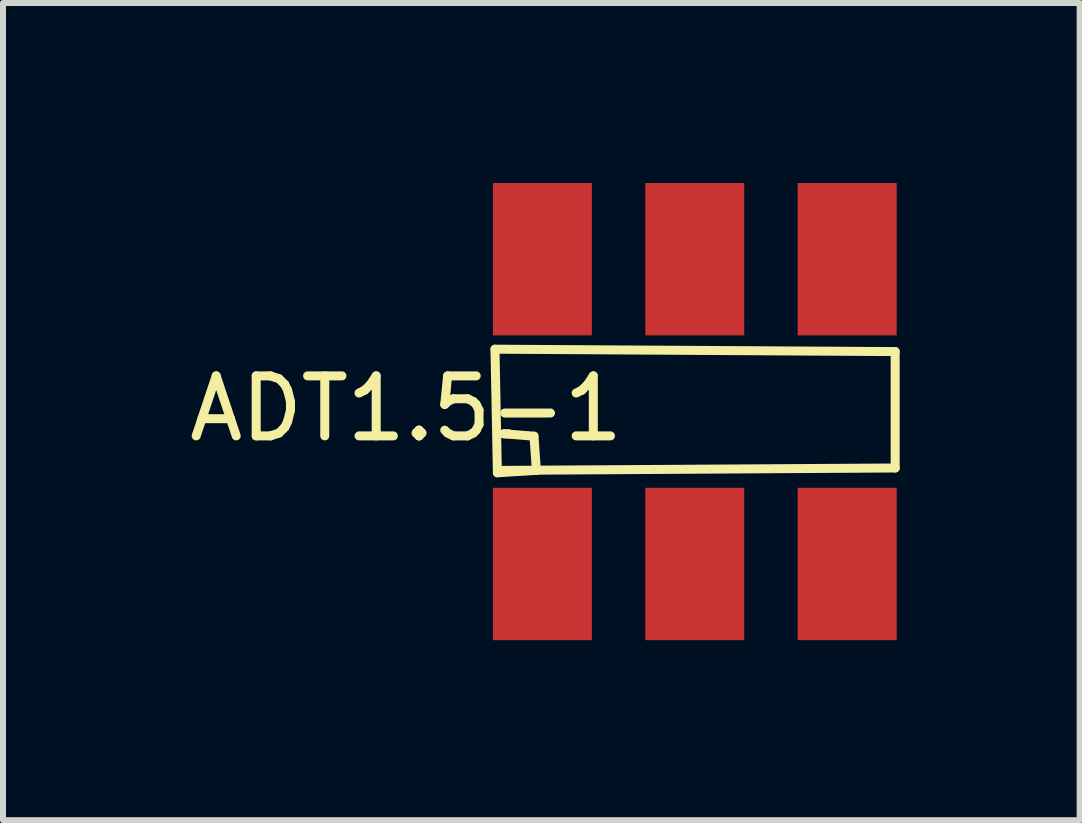
<source format=kicad_pcb>
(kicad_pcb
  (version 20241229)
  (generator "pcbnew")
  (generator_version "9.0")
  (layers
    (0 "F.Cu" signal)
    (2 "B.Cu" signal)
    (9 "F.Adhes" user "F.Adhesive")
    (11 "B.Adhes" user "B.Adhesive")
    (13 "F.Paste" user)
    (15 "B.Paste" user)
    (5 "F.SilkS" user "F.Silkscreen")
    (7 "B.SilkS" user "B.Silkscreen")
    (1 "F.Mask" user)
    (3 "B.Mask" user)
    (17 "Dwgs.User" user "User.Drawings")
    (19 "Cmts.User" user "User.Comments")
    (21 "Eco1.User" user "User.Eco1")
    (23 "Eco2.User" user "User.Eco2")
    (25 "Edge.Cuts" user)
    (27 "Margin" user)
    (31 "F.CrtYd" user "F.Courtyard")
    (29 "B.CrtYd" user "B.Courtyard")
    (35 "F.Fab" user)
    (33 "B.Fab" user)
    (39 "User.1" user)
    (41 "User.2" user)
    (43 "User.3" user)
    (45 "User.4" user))
  (footprint "ADT1.5-1"
    (layer "F.Cu")
    (at 5.99 6.35)
    (property "Reference" "ADT1.5-1" (at -2.27 -2.59 0) (layer "F.SilkS") (effects (font (size 1 1) (thickness 0.15))))
    (attr through_hole)
    (fp_line (start -0.79 -3.58) (end -0.75 -1.52) (stroke (width 0.15) (type solid)) (layer "F.SilkS"))
    (fp_line (start -0.75 -1.52) (end -0.1 -1.56) (stroke (width 0.15) (type solid)) (layer "F.SilkS"))
    (fp_line (start -0.67 -1.56) (end 5.88 -1.6) (stroke (width 0.15) (type solid)) (layer "F.SilkS"))
    (fp_line (start -0.64 -2.17) (end -0.56 -2.17) (stroke (width 0.15) (type solid)) (layer "F.SilkS"))
    (fp_line (start -0.14 -2.13) (end -0.64 -2.17) (stroke (width 0.15) (type solid)) (layer "F.SilkS"))
    (fp_line (start -0.1 -1.56) (end -0.14 -2.13) (stroke (width 0.15) (type solid)) (layer "F.SilkS"))
    (fp_line (start 5.88 -3.54) (end -0.79 -3.58) (stroke (width 0.15) (type solid)) (layer "F.SilkS"))
    (fp_line (start 5.88 -1.6) (end 5.88 -3.54) (stroke (width 0.15) (type solid)) (layer "F.SilkS"))
    (pad "1" smd rect (at 0 0) (size 1.65 2.54) (layers "F.Cu" "F.Mask" "F.Paste"))
    (pad "2" smd rect (at 2.54 0) (size 1.65 2.54) (layers "F.Cu" "F.Mask" "F.Paste"))
    (pad "3" smd rect (at 5.08 0) (size 1.65 2.54) (layers "F.Cu" "F.Mask" "F.Paste"))
    (pad "4" smd rect (at 5.08 -5.08) (size 1.65 2.54) (layers "F.Cu" "F.Mask" "F.Paste"))
    (pad "5" smd rect (at 0 -5.08) (size 1.65 2.54) (layers "F.Cu" "F.Mask" "F.Paste"))
    (pad "6" smd rect (at 2.54 -5.08) (size 1.65 2.54) (layers "F.Cu" "F.Mask" "F.Paste")))
  (gr_rect
    (start -3 -3)
    (end 14.945 10.62)
    (stroke (width 0.1) (type default))
    (fill no)
    (layer "Edge.Cuts")))
</source>
